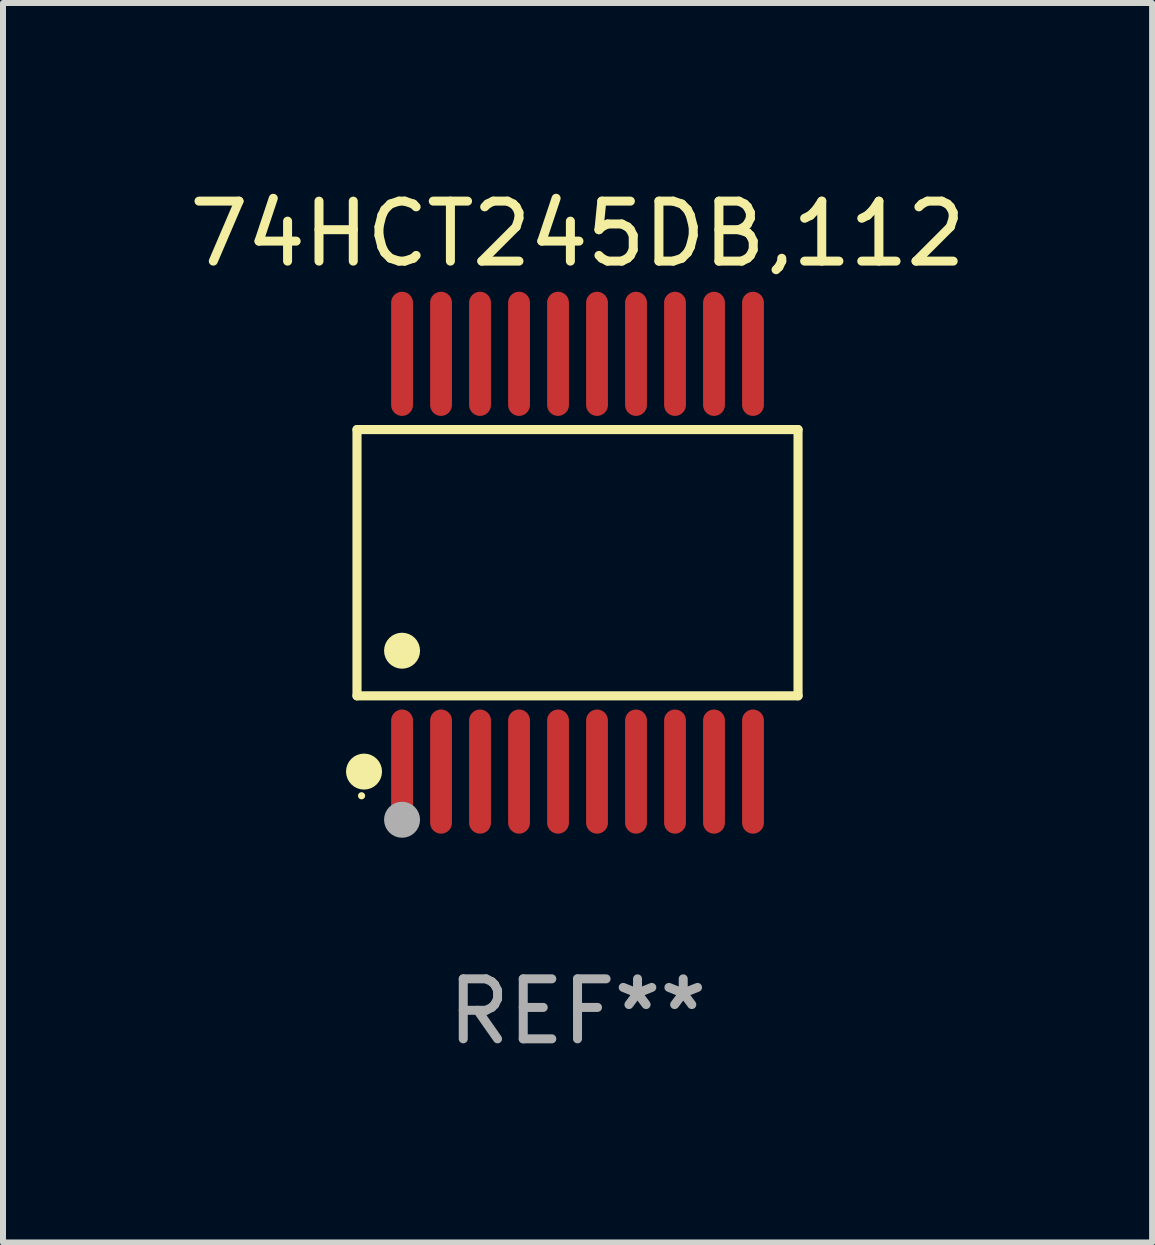
<source format=kicad_pcb>
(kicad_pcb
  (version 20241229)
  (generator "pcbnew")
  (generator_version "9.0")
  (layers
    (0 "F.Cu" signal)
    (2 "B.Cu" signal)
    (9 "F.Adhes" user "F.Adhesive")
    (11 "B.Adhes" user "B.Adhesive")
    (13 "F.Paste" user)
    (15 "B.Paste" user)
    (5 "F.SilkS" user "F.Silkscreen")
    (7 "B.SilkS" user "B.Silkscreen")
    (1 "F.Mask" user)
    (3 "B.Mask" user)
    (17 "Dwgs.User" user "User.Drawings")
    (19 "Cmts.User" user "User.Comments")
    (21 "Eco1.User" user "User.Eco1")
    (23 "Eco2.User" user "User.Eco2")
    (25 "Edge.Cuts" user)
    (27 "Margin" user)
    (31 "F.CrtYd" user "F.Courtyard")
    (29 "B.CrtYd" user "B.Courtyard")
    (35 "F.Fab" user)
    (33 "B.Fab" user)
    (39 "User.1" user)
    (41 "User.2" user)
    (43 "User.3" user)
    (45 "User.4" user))
  (footprint "74HCT245DB,112"
    (layer "F.Cu")
    (at 6.577 6.33)
    (property "Reference" "74HCT245DB,112" (at 0 -5.482 0) (layer "F.SilkS") (effects (font (size 1 1) (thickness 0.15))))
    (attr through_hole)
    (fp_line (start -3.676 -2.219) (end 3.676 -2.219) (stroke (width 0.152) (type solid)) (layer "F.SilkS"))
    (fp_line (start -3.676 2.219) (end -3.676 -2.219) (stroke (width 0.152) (type solid)) (layer "F.SilkS"))
    (fp_line (start 3.676 -2.219) (end 3.676 2.219) (stroke (width 0.152) (type solid)) (layer "F.SilkS"))
    (fp_line (start 3.676 2.219) (end -3.676 2.219) (stroke (width 0.152) (type solid)) (layer "F.SilkS"))
    (fp_circle (center -3.6 3.885) (end -3.57 3.885) (stroke (width 0.06) (type solid)) (fill no) (layer "F.SilkS"))
    (fp_circle (center -3.559 3.482) (end -3.409 3.482) (stroke (width 0.3) (type solid)) (fill no) (layer "F.SilkS"))
    (fp_circle (center -2.925 1.467) (end -2.775 1.467) (stroke (width 0.3) (type solid)) (fill no) (layer "F.SilkS"))
    (fp_circle (center -2.925 4.285) (end -2.775 4.285) (stroke (width 0.3) (type solid)) (fill no) (layer "F.Fab"))
    (fp_text user "REF**" (at 0 7.482 0) (layer "F.Fab") (effects (font (size 1 1) (thickness 0.15))))
    (pad "1" smd oval (at -2.925 3.482) (size 0.364 2.069) (layers "F.Cu" "F.Mask" "F.Paste"))
    (pad "2" smd oval (at -2.275 3.482) (size 0.364 2.069) (layers "F.Cu" "F.Mask" "F.Paste"))
    (pad "3" smd oval (at -1.625 3.482) (size 0.364 2.069) (layers "F.Cu" "F.Mask" "F.Paste"))
    (pad "4" smd oval (at -0.975 3.482) (size 0.364 2.069) (layers "F.Cu" "F.Mask" "F.Paste"))
    (pad "5" smd oval (at -0.325 3.482) (size 0.364 2.069) (layers "F.Cu" "F.Mask" "F.Paste"))
    (pad "6" smd oval (at 0.325 3.482) (size 0.364 2.069) (layers "F.Cu" "F.Mask" "F.Paste"))
    (pad "7" smd oval (at 0.975 3.482) (size 0.364 2.069) (layers "F.Cu" "F.Mask" "F.Paste"))
    (pad "8" smd oval (at 1.625 3.482) (size 0.364 2.069) (layers "F.Cu" "F.Mask" "F.Paste"))
    (pad "9" smd oval (at 2.275 3.482) (size 0.364 2.069) (layers "F.Cu" "F.Mask" "F.Paste"))
    (pad "10" smd oval (at 2.925 3.482) (size 0.364 2.069) (layers "F.Cu" "F.Mask" "F.Paste"))
    (pad "11" smd oval (at 2.925 -3.482) (size 0.364 2.069) (layers "F.Cu" "F.Mask" "F.Paste"))
    (pad "12" smd oval (at 2.275 -3.482) (size 0.364 2.069) (layers "F.Cu" "F.Mask" "F.Paste"))
    (pad "13" smd oval (at 1.625 -3.482) (size 0.364 2.069) (layers "F.Cu" "F.Mask" "F.Paste"))
    (pad "14" smd oval (at 0.975 -3.482) (size 0.364 2.069) (layers "F.Cu" "F.Mask" "F.Paste"))
    (pad "15" smd oval (at 0.325 -3.482) (size 0.364 2.069) (layers "F.Cu" "F.Mask" "F.Paste"))
    (pad "16" smd oval (at -0.325 -3.482) (size 0.364 2.069) (layers "F.Cu" "F.Mask" "F.Paste"))
    (pad "17" smd oval (at -0.975 -3.482) (size 0.364 2.069) (layers "F.Cu" "F.Mask" "F.Paste"))
    (pad "18" smd oval (at -1.625 -3.482) (size 0.364 2.069) (layers "F.Cu" "F.Mask" "F.Paste"))
    (pad "19" smd oval (at -2.275 -3.482) (size 0.364 2.069) (layers "F.Cu" "F.Mask" "F.Paste"))
    (pad "20" smd oval (at -2.925 -3.482) (size 0.364 2.069) (layers "F.Cu" "F.Mask" "F.Paste")))
  (gr_rect
    (start -3 -3)
    (end 16.155 17.661)
    (stroke (width 0.1) (type default))
    (fill no)
    (layer "Edge.Cuts")))
</source>
